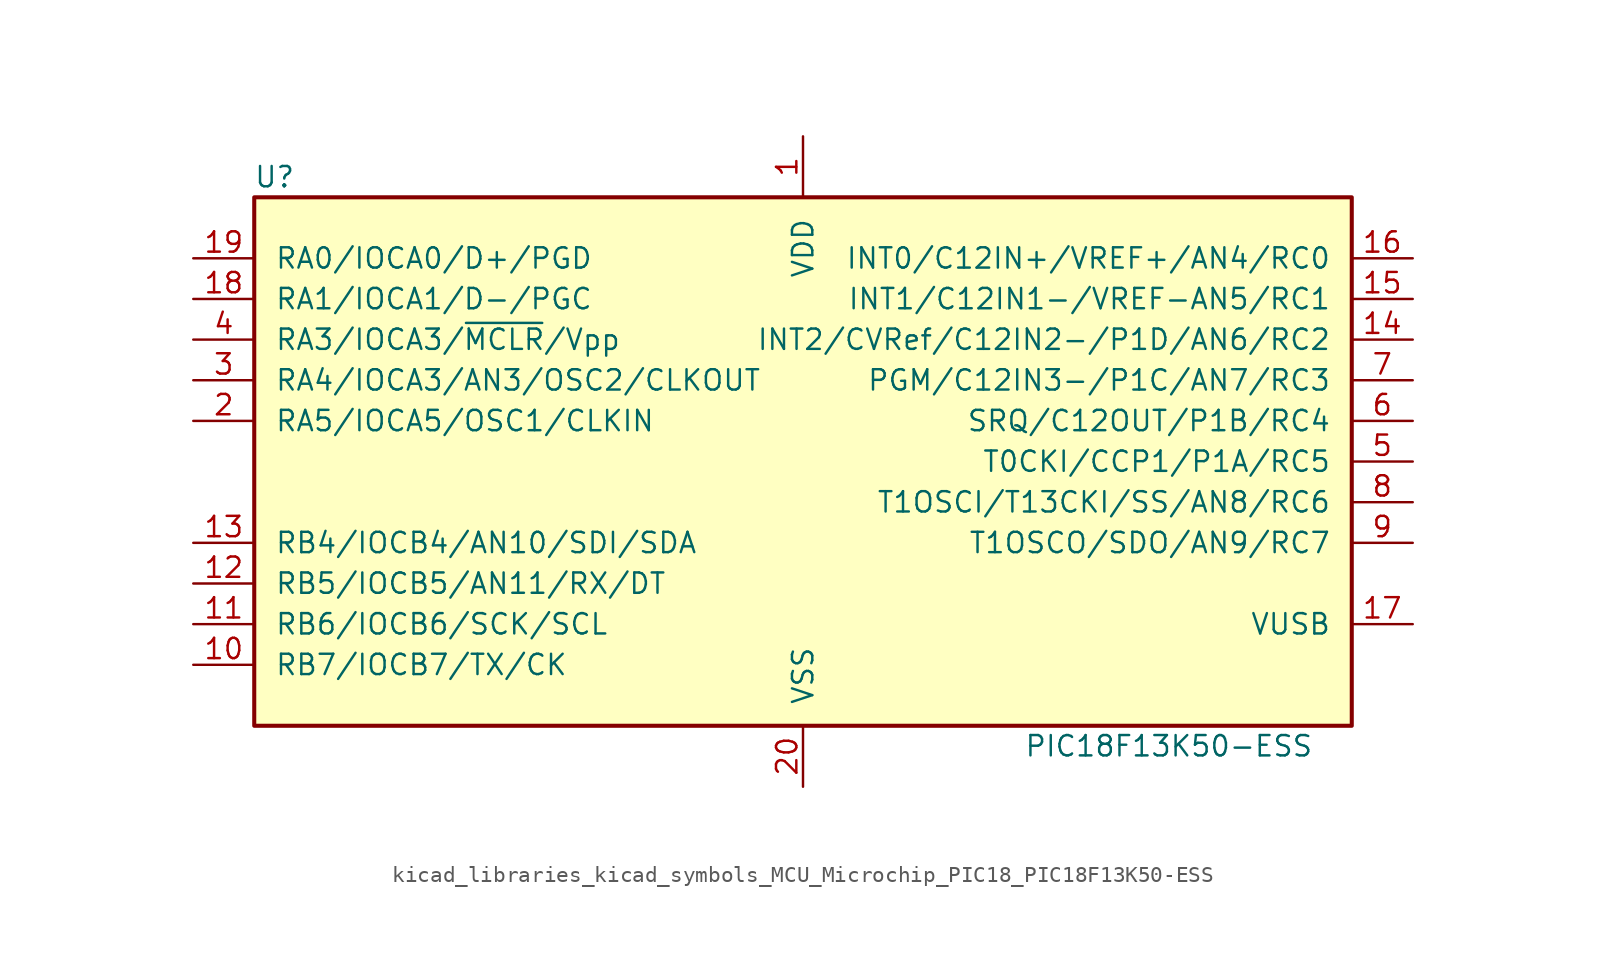
<source format=kicad_sym>
(kicad_symbol_lib
  (version 20220914)
  (generator kicad_symbol_editor)
  (symbol "kicad_libraries_kicad_symbols_MCU_Microchip_PIC18_PIC18F13K50-ESS"
    (pin_names
      (offset 1.27))
    (property "Reference" "U"
      (at -33.02 17.78 0)
      (effects (font (size 1.27 1.27))))
    (property "Value" "PIC18F13K50-ESS"
      (at 22.86 -17.78 0)
      (effects (font (size 1.27 1.27))))
    (symbol "kicad_libraries_kicad_symbols_MCU_Microchip_PIC18_PIC18F13K50-ESS_0_1"
      (rectangle (start -34.29 16.51) (end 34.29 -16.51) (stroke (width 0.254) (type default)) (fill (type background))))
    (symbol "kicad_libraries_kicad_symbols_MCU_Microchip_PIC18_PIC18F13K50-ESS_1_1"
      (pin power_in line (at 0 20.32 270) (length 3.81) (name "VDD" (effects (font (size 1.27 1.27)))) (number "1" (effects (font (size 1.27 1.27)))))
      (pin bidirectional line (at -38.1 -12.7 0) (length 3.81) (name "RB7/IOCB7/TX/CK" (effects (font (size 1.27 1.27)))) (number "10" (effects (font (size 1.27 1.27)))))
      (pin bidirectional line (at -38.1 -10.16 0) (length 3.81) (name "RB6/IOCB6/SCK/SCL" (effects (font (size 1.27 1.27)))) (number "11" (effects (font (size 1.27 1.27)))))
      (pin bidirectional line (at -38.1 -7.62 0) (length 3.81) (name "RB5/IOCB5/AN11/RX/DT" (effects (font (size 1.27 1.27)))) (number "12" (effects (font (size 1.27 1.27)))))
      (pin bidirectional line (at -38.1 -5.08 0) (length 3.81) (name "RB4/IOCB4/AN10/SDI/SDA" (effects (font (size 1.27 1.27)))) (number "13" (effects (font (size 1.27 1.27)))))
      (pin bidirectional line (at 38.1 7.62 180) (length 3.81) (name "INT2/CVRef/C12IN2-/P1D/AN6/RC2" (effects (font (size 1.27 1.27)))) (number "14" (effects (font (size 1.27 1.27)))))
      (pin bidirectional line (at 38.1 10.16 180) (length 3.81) (name "INT1/C12IN1-/VREF-AN5/RC1" (effects (font (size 1.27 1.27)))) (number "15" (effects (font (size 1.27 1.27)))))
      (pin bidirectional line (at 38.1 12.7 180) (length 3.81) (name "INT0/C12IN+/VREF+/AN4/RC0" (effects (font (size 1.27 1.27)))) (number "16" (effects (font (size 1.27 1.27)))))
      (pin passive line (at 38.1 -10.16 180) (length 3.81) (name "VUSB" (effects (font (size 1.27 1.27)))) (number "17" (effects (font (size 1.27 1.27)))))
      (pin bidirectional line (at -38.1 10.16 0) (length 3.81) (name "RA1/IOCA1/D-/PGC" (effects (font (size 1.27 1.27)))) (number "18" (effects (font (size 1.27 1.27)))))
      (pin bidirectional line (at -38.1 12.7 0) (length 3.81) (name "RA0/IOCA0/D+/PGD" (effects (font (size 1.27 1.27)))) (number "19" (effects (font (size 1.27 1.27)))))
      (pin bidirectional line (at -38.1 2.54 0) (length 3.81) (name "RA5/IOCA5/OSC1/CLKIN" (effects (font (size 1.27 1.27)))) (number "2" (effects (font (size 1.27 1.27)))))
      (pin power_in line (at 0 -20.32 90) (length 3.81) (name "VSS" (effects (font (size 1.27 1.27)))) (number "20" (effects (font (size 1.27 1.27)))))
      (pin bidirectional line (at -38.1 5.08 0) (length 3.81) (name "RA4/IOCA3/AN3/OSC2/CLKOUT" (effects (font (size 1.27 1.27)))) (number "3" (effects (font (size 1.27 1.27)))))
      (pin input line (at -38.1 7.62 0) (length 3.81) (name "RA3/IOCA3/~{MCLR}/Vpp" (effects (font (size 1.27 1.27)))) (number "4" (effects (font (size 1.27 1.27)))))
      (pin bidirectional line (at 38.1 0 180) (length 3.81) (name "T0CKI/CCP1/P1A/RC5" (effects (font (size 1.27 1.27)))) (number "5" (effects (font (size 1.27 1.27)))))
      (pin bidirectional line (at 38.1 2.54 180) (length 3.81) (name "SRQ/C12OUT/P1B/RC4" (effects (font (size 1.27 1.27)))) (number "6" (effects (font (size 1.27 1.27)))))
      (pin bidirectional line (at 38.1 5.08 180) (length 3.81) (name "PGM/C12IN3-/P1C/AN7/RC3" (effects (font (size 1.27 1.27)))) (number "7" (effects (font (size 1.27 1.27)))))
      (pin bidirectional line (at 38.1 -2.54 180) (length 3.81) (name "T1OSCI/T13CKI/SS/AN8/RC6" (effects (font (size 1.27 1.27)))) (number "8" (effects (font (size 1.27 1.27)))))
      (pin bidirectional line (at 38.1 -5.08 180) (length 3.81) (name "T1OSCO/SDO/AN9/RC7" (effects (font (size 1.27 1.27)))) (number "9" (effects (font (size 1.27 1.27))))))))
</source>
